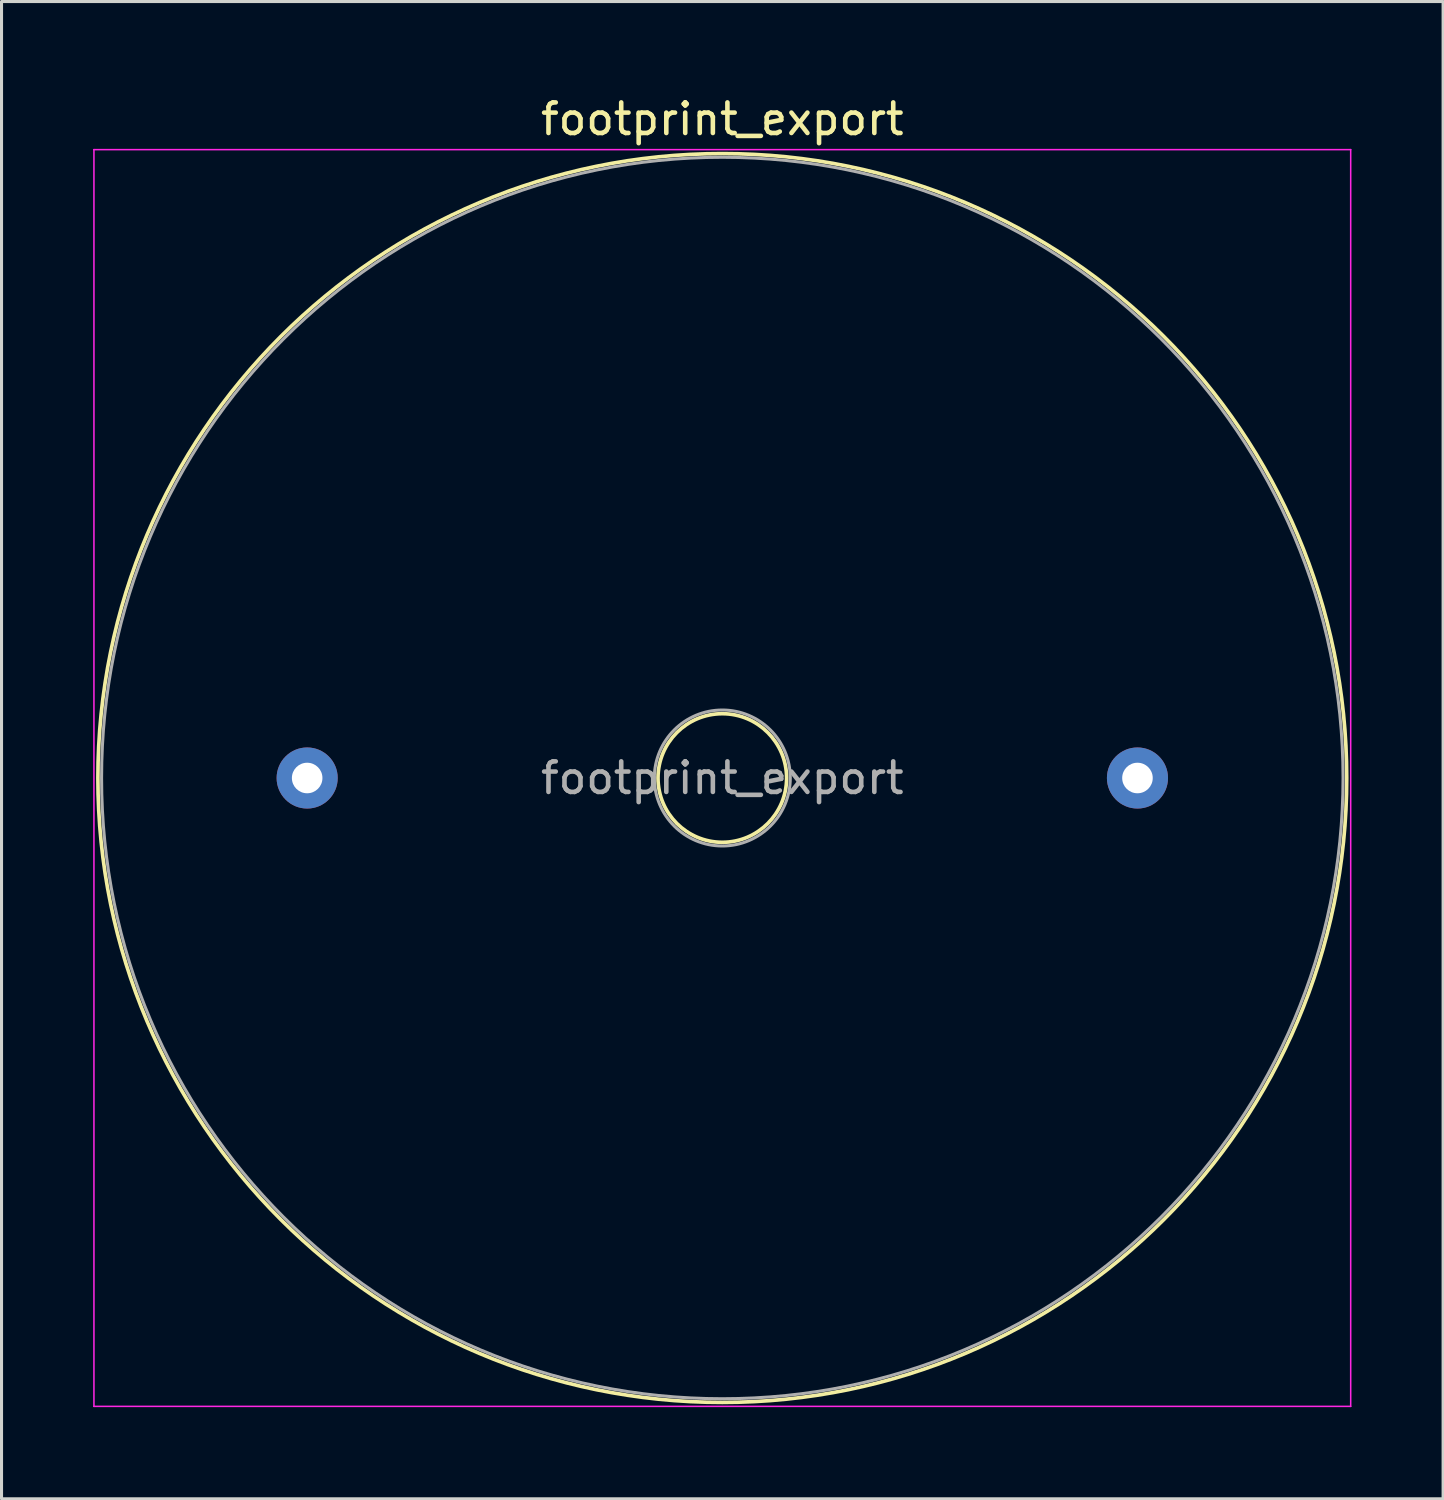
<source format=kicad_pcb>
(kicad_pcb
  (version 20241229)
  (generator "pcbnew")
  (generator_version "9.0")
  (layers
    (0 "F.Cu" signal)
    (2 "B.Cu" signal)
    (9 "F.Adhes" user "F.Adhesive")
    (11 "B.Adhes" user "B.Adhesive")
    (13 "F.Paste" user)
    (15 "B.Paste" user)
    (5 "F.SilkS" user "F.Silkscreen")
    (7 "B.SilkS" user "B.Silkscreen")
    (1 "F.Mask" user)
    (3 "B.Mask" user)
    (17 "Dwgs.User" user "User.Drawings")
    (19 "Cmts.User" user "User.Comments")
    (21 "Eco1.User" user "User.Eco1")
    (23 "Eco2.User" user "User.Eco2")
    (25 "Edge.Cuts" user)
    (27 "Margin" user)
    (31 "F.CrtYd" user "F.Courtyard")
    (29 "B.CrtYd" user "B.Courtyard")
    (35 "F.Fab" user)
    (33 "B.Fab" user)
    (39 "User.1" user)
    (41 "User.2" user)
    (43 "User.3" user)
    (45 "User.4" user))
  (footprint "footprint_export"
    (layer "F.Cu")
    (at 7.005 22.418)
    (property "Reference" "footprint_export" (at 13.59 -21.57 0) (layer "F.SilkS") (effects (font (size 1 1) (thickness 0.15))))
    (attr through_hole)
    (fp_circle (center 13.59 0) (end 15.695 0) (stroke (width 0.12) (type solid)) (fill no) (layer "F.SilkS"))
    (fp_circle (center 13.59 0) (end 34.03 0) (stroke (width 0.12) (type solid)) (fill no) (layer "F.SilkS"))
    (fp_line (start -6.98 -20.57) (end -6.98 20.57) (stroke (width 0.05) (type solid)) (layer "F.CrtYd"))
    (fp_line (start -6.98 20.57) (end 34.16 20.57) (stroke (width 0.05) (type solid)) (layer "F.CrtYd"))
    (fp_line (start 34.16 -20.57) (end -6.98 -20.57) (stroke (width 0.05) (type solid)) (layer "F.CrtYd"))
    (fp_line (start 34.16 20.57) (end 34.16 -20.57) (stroke (width 0.05) (type solid)) (layer "F.CrtYd"))
    (fp_circle (center 13.59 0) (end 15.815 0) (stroke (width 0.1) (type solid)) (fill no) (layer "F.Fab"))
    (fp_circle (center 13.59 0) (end 33.91 0) (stroke (width 0.1) (type solid)) (fill no) (layer "F.Fab"))
    (fp_text user "${REFERENCE}" (at 13.59 0 0) (layer "F.Fab") (effects (font (size 1 1) (thickness 0.15))))
    (pad "1" thru_hole circle (at 0 0) (size 2 2) (drill 1) (layers "*.Cu" "*.Mask"))
    (pad "2" thru_hole circle (at 27.18 0) (size 2 2) (drill 1) (layers "*.Cu" "*.Mask")))
  (gr_rect
    (start -3 -3)
    (end 44.19 46.013)
    (stroke (width 0.1) (type default))
    (fill no)
    (layer "Edge.Cuts")))
</source>
